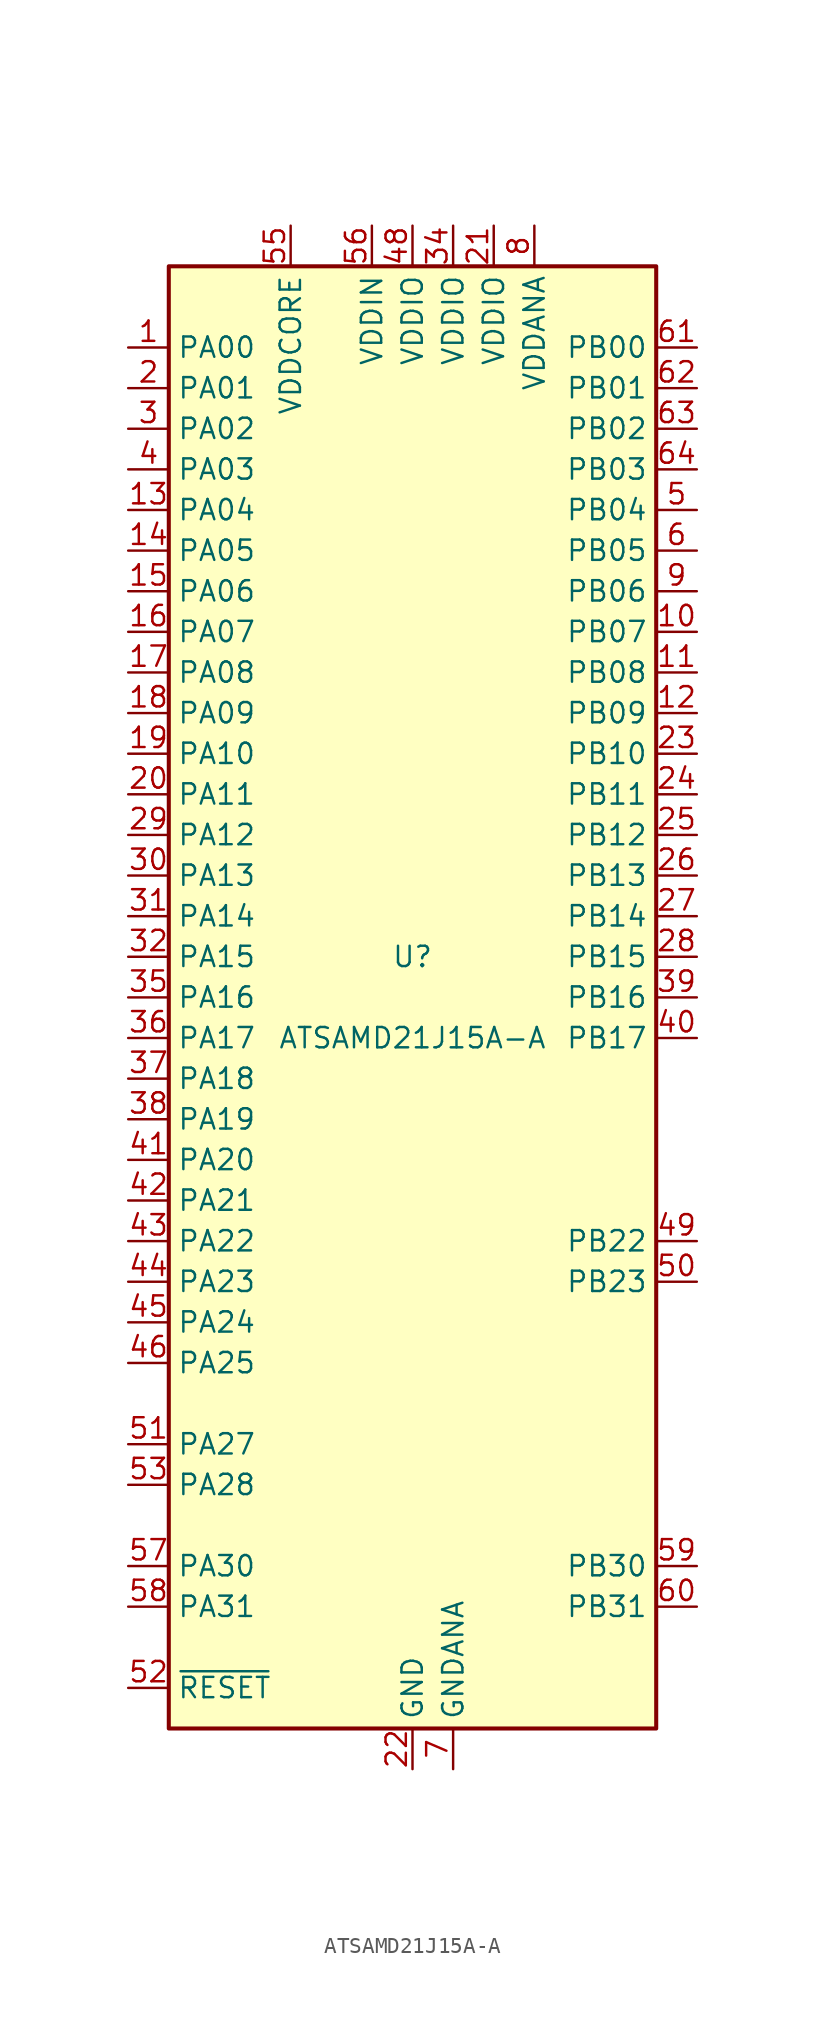
<source format=kicad_sym>
(kicad_symbol_lib
  (version 20201005)
  (generator kicad_symbol_editor)
  (symbol "MCU_Microchip_SAMD:ATSAMD21J15A-A"
    (property "Reference" "U"
      (at 0 2.54 0)
      (effects (font (size 1.27 1.27))))
    (property "Value" "ATSAMD21J15A-A"
      (at 0 -2.54 0)
      (effects (font (size 1.27 1.27))))
    (symbol "ATSAMD21J15A-A_0_1"
      (rectangle (start -15.24 45.72) (end 15.24 -45.72) (stroke (width 0.254)) (fill (type background))))
    (symbol "ATSAMD21J15A-A_1_1"
      (pin bidirectional line (at -17.78 40.64 0) (length 2.54) (name "PA00" (effects (font (size 1.27 1.27)))) (number "1" (effects (font (size 1.27 1.27)))))
      (pin bidirectional line (at 17.78 22.86 180) (length 2.54) (name "PB07" (effects (font (size 1.27 1.27)))) (number "10" (effects (font (size 1.27 1.27)))))
      (pin bidirectional line (at 17.78 20.32 180) (length 2.54) (name "PB08" (effects (font (size 1.27 1.27)))) (number "11" (effects (font (size 1.27 1.27)))))
      (pin bidirectional line (at 17.78 17.78 180) (length 2.54) (name "PB09" (effects (font (size 1.27 1.27)))) (number "12" (effects (font (size 1.27 1.27)))))
      (pin bidirectional line (at -17.78 30.48 0) (length 2.54) (name "PA04" (effects (font (size 1.27 1.27)))) (number "13" (effects (font (size 1.27 1.27)))))
      (pin bidirectional line (at -17.78 27.94 0) (length 2.54) (name "PA05" (effects (font (size 1.27 1.27)))) (number "14" (effects (font (size 1.27 1.27)))))
      (pin bidirectional line (at -17.78 25.4 0) (length 2.54) (name "PA06" (effects (font (size 1.27 1.27)))) (number "15" (effects (font (size 1.27 1.27)))))
      (pin bidirectional line (at -17.78 22.86 0) (length 2.54) (name "PA07" (effects (font (size 1.27 1.27)))) (number "16" (effects (font (size 1.27 1.27)))))
      (pin bidirectional line (at -17.78 20.32 0) (length 2.54) (name "PA08" (effects (font (size 1.27 1.27)))) (number "17" (effects (font (size 1.27 1.27)))))
      (pin bidirectional line (at -17.78 17.78 0) (length 2.54) (name "PA09" (effects (font (size 1.27 1.27)))) (number "18" (effects (font (size 1.27 1.27)))))
      (pin bidirectional line (at -17.78 15.24 0) (length 2.54) (name "PA10" (effects (font (size 1.27 1.27)))) (number "19" (effects (font (size 1.27 1.27)))))
      (pin bidirectional line (at -17.78 38.1 0) (length 2.54) (name "PA01" (effects (font (size 1.27 1.27)))) (number "2" (effects (font (size 1.27 1.27)))))
      (pin bidirectional line (at -17.78 12.7 0) (length 2.54) (name "PA11" (effects (font (size 1.27 1.27)))) (number "20" (effects (font (size 1.27 1.27)))))
      (pin power_in line (at 5.08 48.26 270) (length 2.54) (name "VDDIO" (effects (font (size 1.27 1.27)))) (number "21" (effects (font (size 1.27 1.27)))))
      (pin power_in line (at 0 -48.26 90) (length 2.54) (name "GND" (effects (font (size 1.27 1.27)))) (number "22" (effects (font (size 1.27 1.27)))))
      (pin bidirectional line (at 17.78 15.24 180) (length 2.54) (name "PB10" (effects (font (size 1.27 1.27)))) (number "23" (effects (font (size 1.27 1.27)))))
      (pin bidirectional line (at 17.78 12.7 180) (length 2.54) (name "PB11" (effects (font (size 1.27 1.27)))) (number "24" (effects (font (size 1.27 1.27)))))
      (pin bidirectional line (at 17.78 10.16 180) (length 2.54) (name "PB12" (effects (font (size 1.27 1.27)))) (number "25" (effects (font (size 1.27 1.27)))))
      (pin bidirectional line (at 17.78 7.62 180) (length 2.54) (name "PB13" (effects (font (size 1.27 1.27)))) (number "26" (effects (font (size 1.27 1.27)))))
      (pin bidirectional line (at 17.78 5.08 180) (length 2.54) (name "PB14" (effects (font (size 1.27 1.27)))) (number "27" (effects (font (size 1.27 1.27)))))
      (pin bidirectional line (at 17.78 2.54 180) (length 2.54) (name "PB15" (effects (font (size 1.27 1.27)))) (number "28" (effects (font (size 1.27 1.27)))))
      (pin bidirectional line (at -17.78 10.16 0) (length 2.54) (name "PA12" (effects (font (size 1.27 1.27)))) (number "29" (effects (font (size 1.27 1.27)))))
      (pin bidirectional line (at -17.78 35.56 0) (length 2.54) (name "PA02" (effects (font (size 1.27 1.27)))) (number "3" (effects (font (size 1.27 1.27)))))
      (pin bidirectional line (at -17.78 7.62 0) (length 2.54) (name "PA13" (effects (font (size 1.27 1.27)))) (number "30" (effects (font (size 1.27 1.27)))))
      (pin bidirectional line (at -17.78 5.08 0) (length 2.54) (name "PA14" (effects (font (size 1.27 1.27)))) (number "31" (effects (font (size 1.27 1.27)))))
      (pin bidirectional line (at -17.78 2.54 0) (length 2.54) (name "PA15" (effects (font (size 1.27 1.27)))) (number "32" (effects (font (size 1.27 1.27)))))
      (pin passive line (at 0 -48.26 90) (length 2.54) hide (name "GND" (effects (font (size 1.27 1.27)))) (number "33" (effects (font (size 1.27 1.27)))))
      (pin power_in line (at 2.54 48.26 270) (length 2.54) (name "VDDIO" (effects (font (size 1.27 1.27)))) (number "34" (effects (font (size 1.27 1.27)))))
      (pin bidirectional line (at -17.78 0 0) (length 2.54) (name "PA16" (effects (font (size 1.27 1.27)))) (number "35" (effects (font (size 1.27 1.27)))))
      (pin bidirectional line (at -17.78 -2.54 0) (length 2.54) (name "PA17" (effects (font (size 1.27 1.27)))) (number "36" (effects (font (size 1.27 1.27)))))
      (pin bidirectional line (at -17.78 -5.08 0) (length 2.54) (name "PA18" (effects (font (size 1.27 1.27)))) (number "37" (effects (font (size 1.27 1.27)))))
      (pin bidirectional line (at -17.78 -7.62 0) (length 2.54) (name "PA19" (effects (font (size 1.27 1.27)))) (number "38" (effects (font (size 1.27 1.27)))))
      (pin bidirectional line (at 17.78 0 180) (length 2.54) (name "PB16" (effects (font (size 1.27 1.27)))) (number "39" (effects (font (size 1.27 1.27)))))
      (pin bidirectional line (at -17.78 33.02 0) (length 2.54) (name "PA03" (effects (font (size 1.27 1.27)))) (number "4" (effects (font (size 1.27 1.27)))))
      (pin bidirectional line (at 17.78 -2.54 180) (length 2.54) (name "PB17" (effects (font (size 1.27 1.27)))) (number "40" (effects (font (size 1.27 1.27)))))
      (pin bidirectional line (at -17.78 -10.16 0) (length 2.54) (name "PA20" (effects (font (size 1.27 1.27)))) (number "41" (effects (font (size 1.27 1.27)))))
      (pin bidirectional line (at -17.78 -12.7 0) (length 2.54) (name "PA21" (effects (font (size 1.27 1.27)))) (number "42" (effects (font (size 1.27 1.27)))))
      (pin bidirectional line (at -17.78 -15.24 0) (length 2.54) (name "PA22" (effects (font (size 1.27 1.27)))) (number "43" (effects (font (size 1.27 1.27)))))
      (pin bidirectional line (at -17.78 -17.78 0) (length 2.54) (name "PA23" (effects (font (size 1.27 1.27)))) (number "44" (effects (font (size 1.27 1.27)))))
      (pin bidirectional line (at -17.78 -20.32 0) (length 2.54) (name "PA24" (effects (font (size 1.27 1.27)))) (number "45" (effects (font (size 1.27 1.27)))))
      (pin bidirectional line (at -17.78 -22.86 0) (length 2.54) (name "PA25" (effects (font (size 1.27 1.27)))) (number "46" (effects (font (size 1.27 1.27)))))
      (pin passive line (at 0 -48.26 90) (length 2.54) hide (name "GND" (effects (font (size 1.27 1.27)))) (number "47" (effects (font (size 1.27 1.27)))))
      (pin power_in line (at 0 48.26 270) (length 2.54) (name "VDDIO" (effects (font (size 1.27 1.27)))) (number "48" (effects (font (size 1.27 1.27)))))
      (pin bidirectional line (at 17.78 -15.24 180) (length 2.54) (name "PB22" (effects (font (size 1.27 1.27)))) (number "49" (effects (font (size 1.27 1.27)))))
      (pin bidirectional line (at 17.78 30.48 180) (length 2.54) (name "PB04" (effects (font (size 1.27 1.27)))) (number "5" (effects (font (size 1.27 1.27)))))
      (pin bidirectional line (at 17.78 -17.78 180) (length 2.54) (name "PB23" (effects (font (size 1.27 1.27)))) (number "50" (effects (font (size 1.27 1.27)))))
      (pin bidirectional line (at -17.78 -27.94 0) (length 2.54) (name "PA27" (effects (font (size 1.27 1.27)))) (number "51" (effects (font (size 1.27 1.27)))))
      (pin input line (at -17.78 -43.18 0) (length 2.54) (name "~RESET" (effects (font (size 1.27 1.27)))) (number "52" (effects (font (size 1.27 1.27)))))
      (pin bidirectional line (at -17.78 -30.48 0) (length 2.54) (name "PA28" (effects (font (size 1.27 1.27)))) (number "53" (effects (font (size 1.27 1.27)))))
      (pin passive line (at 0 -48.26 90) (length 2.54) hide (name "GND" (effects (font (size 1.27 1.27)))) (number "54" (effects (font (size 1.27 1.27)))))
      (pin power_out line (at -7.62 48.26 270) (length 2.54) (name "VDDCORE" (effects (font (size 1.27 1.27)))) (number "55" (effects (font (size 1.27 1.27)))))
      (pin power_in line (at -2.54 48.26 270) (length 2.54) (name "VDDIN" (effects (font (size 1.27 1.27)))) (number "56" (effects (font (size 1.27 1.27)))))
      (pin bidirectional line (at -17.78 -35.56 0) (length 2.54) (name "PA30" (effects (font (size 1.27 1.27)))) (number "57" (effects (font (size 1.27 1.27)))))
      (pin bidirectional line (at -17.78 -38.1 0) (length 2.54) (name "PA31" (effects (font (size 1.27 1.27)))) (number "58" (effects (font (size 1.27 1.27)))))
      (pin bidirectional line (at 17.78 -35.56 180) (length 2.54) (name "PB30" (effects (font (size 1.27 1.27)))) (number "59" (effects (font (size 1.27 1.27)))))
      (pin bidirectional line (at 17.78 27.94 180) (length 2.54) (name "PB05" (effects (font (size 1.27 1.27)))) (number "6" (effects (font (size 1.27 1.27)))))
      (pin bidirectional line (at 17.78 -38.1 180) (length 2.54) (name "PB31" (effects (font (size 1.27 1.27)))) (number "60" (effects (font (size 1.27 1.27)))))
      (pin bidirectional line (at 17.78 40.64 180) (length 2.54) (name "PB00" (effects (font (size 1.27 1.27)))) (number "61" (effects (font (size 1.27 1.27)))))
      (pin bidirectional line (at 17.78 38.1 180) (length 2.54) (name "PB01" (effects (font (size 1.27 1.27)))) (number "62" (effects (font (size 1.27 1.27)))))
      (pin bidirectional line (at 17.78 35.56 180) (length 2.54) (name "PB02" (effects (font (size 1.27 1.27)))) (number "63" (effects (font (size 1.27 1.27)))))
      (pin bidirectional line (at 17.78 33.02 180) (length 2.54) (name "PB03" (effects (font (size 1.27 1.27)))) (number "64" (effects (font (size 1.27 1.27)))))
      (pin power_in line (at 2.54 -48.26 90) (length 2.54) (name "GNDANA" (effects (font (size 1.27 1.27)))) (number "7" (effects (font (size 1.27 1.27)))))
      (pin power_in line (at 7.62 48.26 270) (length 2.54) (name "VDDANA" (effects (font (size 1.27 1.27)))) (number "8" (effects (font (size 1.27 1.27)))))
      (pin bidirectional line (at 17.78 25.4 180) (length 2.54) (name "PB06" (effects (font (size 1.27 1.27)))) (number "9" (effects (font (size 1.27 1.27))))))))
</source>
